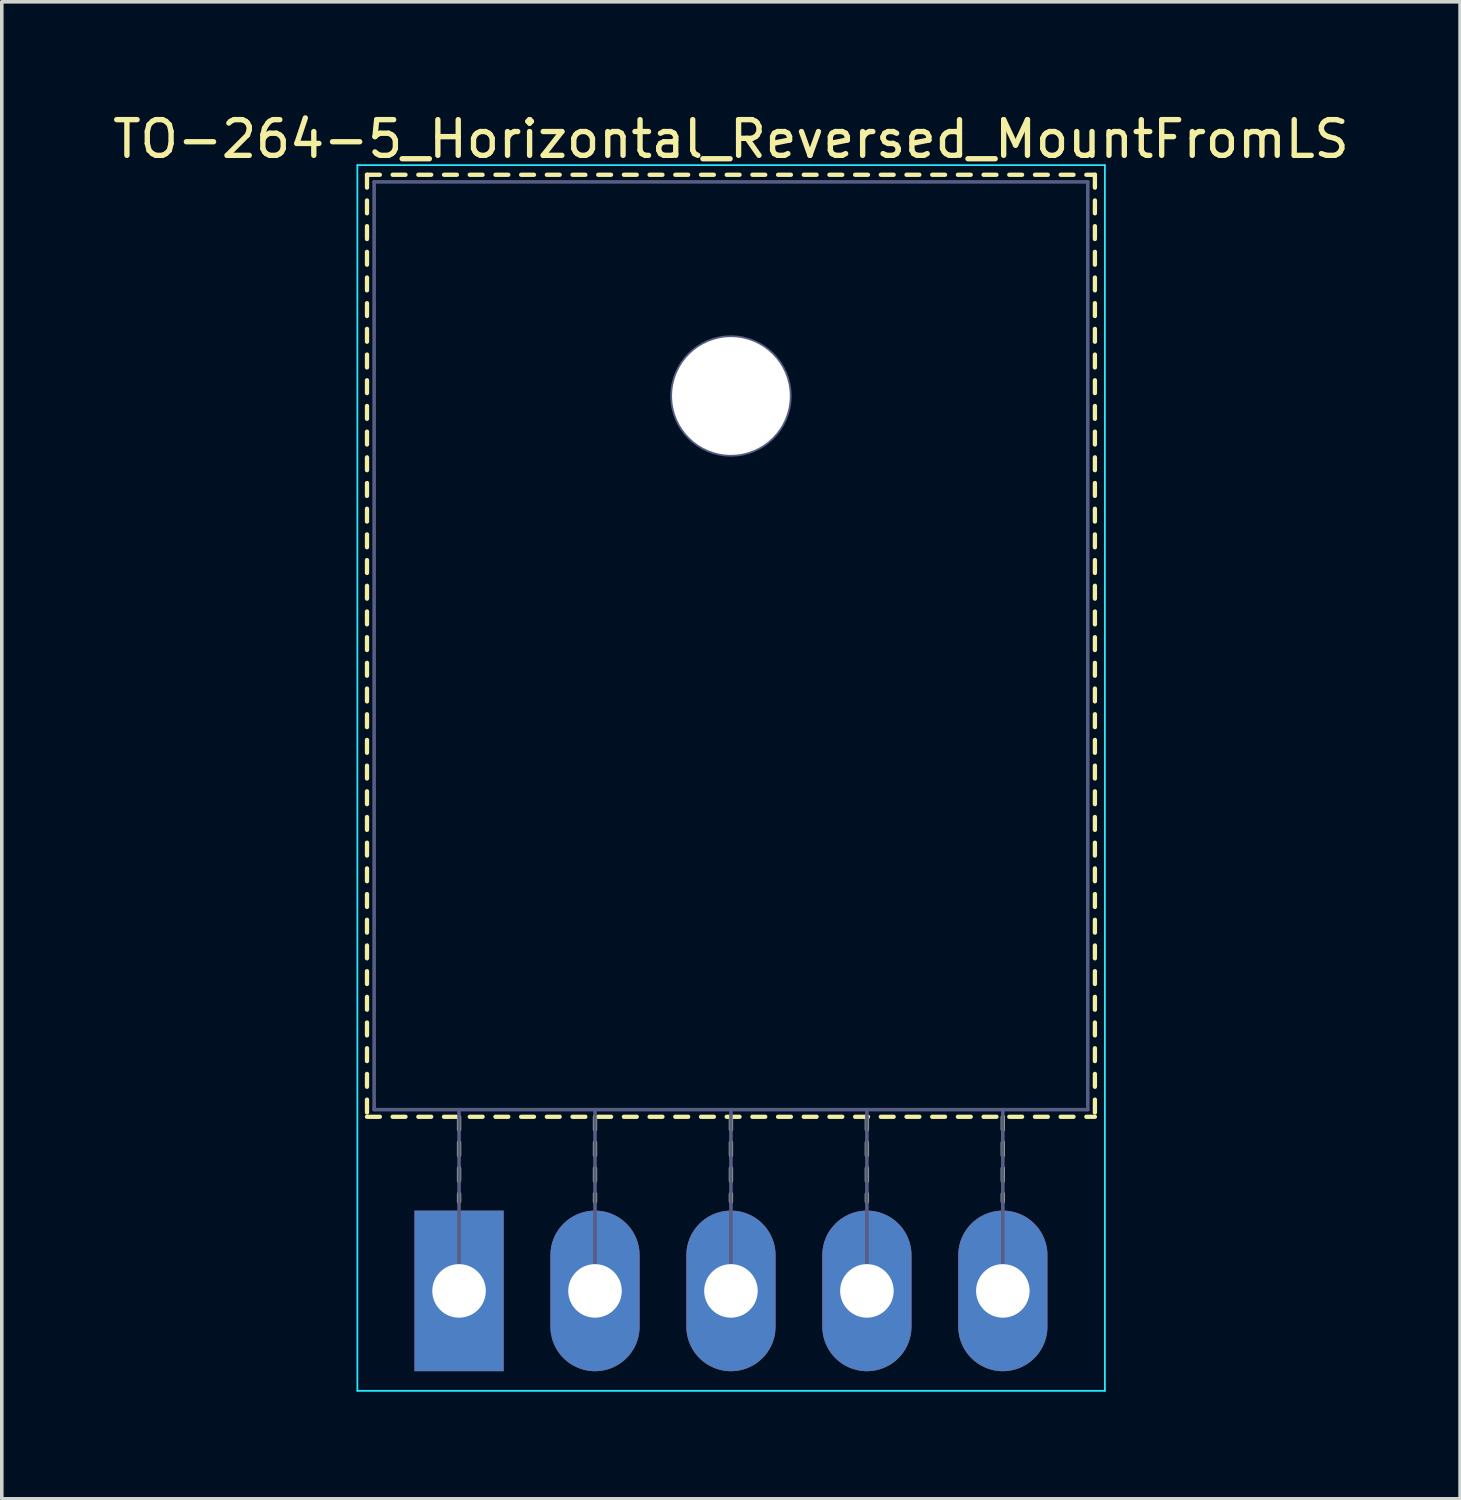
<source format=kicad_pcb>
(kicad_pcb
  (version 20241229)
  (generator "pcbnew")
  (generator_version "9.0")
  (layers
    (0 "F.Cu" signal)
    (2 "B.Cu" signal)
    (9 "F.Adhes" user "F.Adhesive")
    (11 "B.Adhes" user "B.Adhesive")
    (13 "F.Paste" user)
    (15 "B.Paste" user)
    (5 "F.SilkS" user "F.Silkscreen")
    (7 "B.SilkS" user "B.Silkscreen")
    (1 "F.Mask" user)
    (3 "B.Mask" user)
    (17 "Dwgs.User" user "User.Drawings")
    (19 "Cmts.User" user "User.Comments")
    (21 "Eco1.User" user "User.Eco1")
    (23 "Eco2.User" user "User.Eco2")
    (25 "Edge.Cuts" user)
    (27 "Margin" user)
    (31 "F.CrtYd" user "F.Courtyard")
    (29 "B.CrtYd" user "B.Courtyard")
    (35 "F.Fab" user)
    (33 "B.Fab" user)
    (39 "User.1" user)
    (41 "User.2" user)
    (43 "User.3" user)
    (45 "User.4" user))
  (footprint "TO-264-5_Horizontal_Reversed_MountFromLS"
    (layer "F.Cu")
    (at 9.815 33.128)
    (property "Reference" "TO-264-5_Horizontal_Reversed_MountFromLS" (at 7.62 -32.28 0) (layer "F.SilkS") (effects (font (size 1 1) (thickness 0.15))))
    (attr through_hole)
    (fp_line (start -2.58 -31.28) (end -2.58 -30.92) (stroke (width 0.12) (type solid)) (layer "F.SilkS"))
    (fp_line (start -2.58 -31.28) (end -2.22 -31.28) (stroke (width 0.12) (type solid)) (layer "F.SilkS"))
    (fp_line (start -2.58 -30.56) (end -2.58 -30.2) (stroke (width 0.12) (type solid)) (layer "F.SilkS"))
    (fp_line (start -2.58 -29.84) (end -2.58 -29.48) (stroke (width 0.12) (type solid)) (layer "F.SilkS"))
    (fp_line (start -2.58 -29.12) (end -2.58 -28.76) (stroke (width 0.12) (type solid)) (layer "F.SilkS"))
    (fp_line (start -2.58 -28.4) (end -2.58 -28.041) (stroke (width 0.12) (type solid)) (layer "F.SilkS"))
    (fp_line (start -2.58 -27.681) (end -2.58 -27.321) (stroke (width 0.12) (type solid)) (layer "F.SilkS"))
    (fp_line (start -2.58 -26.961) (end -2.58 -26.601) (stroke (width 0.12) (type solid)) (layer "F.SilkS"))
    (fp_line (start -2.58 -26.241) (end -2.58 -25.881) (stroke (width 0.12) (type solid)) (layer "F.SilkS"))
    (fp_line (start -2.58 -25.521) (end -2.58 -25.161) (stroke (width 0.12) (type solid)) (layer "F.SilkS"))
    (fp_line (start -2.58 -24.801) (end -2.58 -24.441) (stroke (width 0.12) (type solid)) (layer "F.SilkS"))
    (fp_line (start -2.58 -24.081) (end -2.58 -23.721) (stroke (width 0.12) (type solid)) (layer "F.SilkS"))
    (fp_line (start -2.58 -23.361) (end -2.58 -23.001) (stroke (width 0.12) (type solid)) (layer "F.SilkS"))
    (fp_line (start -2.58 -22.641) (end -2.58 -22.281) (stroke (width 0.12) (type solid)) (layer "F.SilkS"))
    (fp_line (start -2.58 -21.921) (end -2.58 -21.561) (stroke (width 0.12) (type solid)) (layer "F.SilkS"))
    (fp_line (start -2.58 -21.201) (end -2.58 -20.841) (stroke (width 0.12) (type solid)) (layer "F.SilkS"))
    (fp_line (start -2.58 -20.481) (end -2.58 -20.121) (stroke (width 0.12) (type solid)) (layer "F.SilkS"))
    (fp_line (start -2.58 -19.761) (end -2.58 -19.401) (stroke (width 0.12) (type solid)) (layer "F.SilkS"))
    (fp_line (start -2.58 -19.041) (end -2.58 -18.681) (stroke (width 0.12) (type solid)) (layer "F.SilkS"))
    (fp_line (start -2.58 -18.321) (end -2.58 -17.961) (stroke (width 0.12) (type solid)) (layer "F.SilkS"))
    (fp_line (start -2.58 -17.601) (end -2.58 -17.241) (stroke (width 0.12) (type solid)) (layer "F.SilkS"))
    (fp_line (start -2.58 -16.881) (end -2.58 -16.521) (stroke (width 0.12) (type solid)) (layer "F.SilkS"))
    (fp_line (start -2.58 -16.161) (end -2.58 -15.801) (stroke (width 0.12) (type solid)) (layer "F.SilkS"))
    (fp_line (start -2.58 -15.441) (end -2.58 -15.081) (stroke (width 0.12) (type solid)) (layer "F.SilkS"))
    (fp_line (start -2.58 -14.721) (end -2.58 -14.361) (stroke (width 0.12) (type solid)) (layer "F.SilkS"))
    (fp_line (start -2.58 -14.001) (end -2.58 -13.641) (stroke (width 0.12) (type solid)) (layer "F.SilkS"))
    (fp_line (start -2.58 -13.281) (end -2.58 -12.921) (stroke (width 0.12) (type solid)) (layer "F.SilkS"))
    (fp_line (start -2.58 -12.561) (end -2.58 -12.201) (stroke (width 0.12) (type solid)) (layer "F.SilkS"))
    (fp_line (start -2.58 -11.841) (end -2.58 -11.481) (stroke (width 0.12) (type solid)) (layer "F.SilkS"))
    (fp_line (start -2.58 -11.121) (end -2.58 -10.761) (stroke (width 0.12) (type solid)) (layer "F.SilkS"))
    (fp_line (start -2.58 -10.401) (end -2.58 -10.041) (stroke (width 0.12) (type solid)) (layer "F.SilkS"))
    (fp_line (start -2.58 -9.681) (end -2.58 -9.321) (stroke (width 0.12) (type solid)) (layer "F.SilkS"))
    (fp_line (start -2.58 -8.961) (end -2.58 -8.601) (stroke (width 0.12) (type solid)) (layer "F.SilkS"))
    (fp_line (start -2.58 -8.241) (end -2.58 -7.881) (stroke (width 0.12) (type solid)) (layer "F.SilkS"))
    (fp_line (start -2.58 -7.521) (end -2.58 -7.161) (stroke (width 0.12) (type solid)) (layer "F.SilkS"))
    (fp_line (start -2.58 -6.801) (end -2.58 -6.441) (stroke (width 0.12) (type solid)) (layer "F.SilkS"))
    (fp_line (start -2.58 -6.081) (end -2.58 -5.721) (stroke (width 0.12) (type solid)) (layer "F.SilkS"))
    (fp_line (start -2.58 -5.361) (end -2.58 -5.001) (stroke (width 0.12) (type solid)) (layer "F.SilkS"))
    (fp_line (start -2.58 -4.88) (end -2.22 -4.88) (stroke (width 0.12) (type solid)) (layer "F.SilkS"))
    (fp_line (start -1.861 -31.28) (end -1.501 -31.28) (stroke (width 0.12) (type solid)) (layer "F.SilkS"))
    (fp_line (start -1.861 -4.88) (end -1.501 -4.88) (stroke (width 0.12) (type solid)) (layer "F.SilkS"))
    (fp_line (start -1.141 -31.28) (end -0.781 -31.28) (stroke (width 0.12) (type solid)) (layer "F.SilkS"))
    (fp_line (start -1.141 -4.88) (end -0.781 -4.88) (stroke (width 0.12) (type solid)) (layer "F.SilkS"))
    (fp_line (start -0.421 -31.28) (end -0.061 -31.28) (stroke (width 0.12) (type solid)) (layer "F.SilkS"))
    (fp_line (start -0.421 -4.88) (end -0.061 -4.88) (stroke (width 0.12) (type solid)) (layer "F.SilkS"))
    (fp_line (start 0 -4.88) (end 0 -4.52) (stroke (width 0.12) (type solid)) (layer "F.SilkS"))
    (fp_line (start 0 -4.16) (end 0 -3.8) (stroke (width 0.12) (type solid)) (layer "F.SilkS"))
    (fp_line (start 0 -3.44) (end 0 -3.08) (stroke (width 0.12) (type solid)) (layer "F.SilkS"))
    (fp_line (start 0 -2.72) (end 0 -2.5) (stroke (width 0.12) (type solid)) (layer "F.SilkS"))
    (fp_line (start 0.3 -31.28) (end 0.66 -31.28) (stroke (width 0.12) (type solid)) (layer "F.SilkS"))
    (fp_line (start 0.3 -4.88) (end 0.66 -4.88) (stroke (width 0.12) (type solid)) (layer "F.SilkS"))
    (fp_line (start 1.02 -31.28) (end 1.38 -31.28) (stroke (width 0.12) (type solid)) (layer "F.SilkS"))
    (fp_line (start 1.02 -4.88) (end 1.38 -4.88) (stroke (width 0.12) (type solid)) (layer "F.SilkS"))
    (fp_line (start 1.74 -31.28) (end 2.1 -31.28) (stroke (width 0.12) (type solid)) (layer "F.SilkS"))
    (fp_line (start 1.74 -4.88) (end 2.1 -4.88) (stroke (width 0.12) (type solid)) (layer "F.SilkS"))
    (fp_line (start 2.46 -31.28) (end 2.82 -31.28) (stroke (width 0.12) (type solid)) (layer "F.SilkS"))
    (fp_line (start 2.46 -4.88) (end 2.82 -4.88) (stroke (width 0.12) (type solid)) (layer "F.SilkS"))
    (fp_line (start 3.18 -31.28) (end 3.54 -31.28) (stroke (width 0.12) (type solid)) (layer "F.SilkS"))
    (fp_line (start 3.18 -4.88) (end 3.54 -4.88) (stroke (width 0.12) (type solid)) (layer "F.SilkS"))
    (fp_line (start 3.81 -4.88) (end 3.81 -4.52) (stroke (width 0.12) (type solid)) (layer "F.SilkS"))
    (fp_line (start 3.81 -4.16) (end 3.81 -3.8) (stroke (width 0.12) (type solid)) (layer "F.SilkS"))
    (fp_line (start 3.81 -3.44) (end 3.81 -3.08) (stroke (width 0.12) (type solid)) (layer "F.SilkS"))
    (fp_line (start 3.81 -2.72) (end 3.81 -2.5) (stroke (width 0.12) (type solid)) (layer "F.SilkS"))
    (fp_line (start 3.9 -31.28) (end 4.26 -31.28) (stroke (width 0.12) (type solid)) (layer "F.SilkS"))
    (fp_line (start 3.9 -4.88) (end 4.26 -4.88) (stroke (width 0.12) (type solid)) (layer "F.SilkS"))
    (fp_line (start 4.62 -31.28) (end 4.98 -31.28) (stroke (width 0.12) (type solid)) (layer "F.SilkS"))
    (fp_line (start 4.62 -4.88) (end 4.98 -4.88) (stroke (width 0.12) (type solid)) (layer "F.SilkS"))
    (fp_line (start 5.34 -31.28) (end 5.7 -31.28) (stroke (width 0.12) (type solid)) (layer "F.SilkS"))
    (fp_line (start 5.34 -4.88) (end 5.7 -4.88) (stroke (width 0.12) (type solid)) (layer "F.SilkS"))
    (fp_line (start 6.06 -31.28) (end 6.421 -31.28) (stroke (width 0.12) (type solid)) (layer "F.SilkS"))
    (fp_line (start 6.06 -4.88) (end 6.421 -4.88) (stroke (width 0.12) (type solid)) (layer "F.SilkS"))
    (fp_line (start 6.781 -31.28) (end 7.141 -31.28) (stroke (width 0.12) (type solid)) (layer "F.SilkS"))
    (fp_line (start 6.781 -4.88) (end 7.141 -4.88) (stroke (width 0.12) (type solid)) (layer "F.SilkS"))
    (fp_line (start 7.501 -31.28) (end 7.861 -31.28) (stroke (width 0.12) (type solid)) (layer "F.SilkS"))
    (fp_line (start 7.501 -4.88) (end 7.861 -4.88) (stroke (width 0.12) (type solid)) (layer "F.SilkS"))
    (fp_line (start 7.62 -4.88) (end 7.62 -4.52) (stroke (width 0.12) (type solid)) (layer "F.SilkS"))
    (fp_line (start 7.62 -4.16) (end 7.62 -3.8) (stroke (width 0.12) (type solid)) (layer "F.SilkS"))
    (fp_line (start 7.62 -3.44) (end 7.62 -3.08) (stroke (width 0.12) (type solid)) (layer "F.SilkS"))
    (fp_line (start 7.62 -2.72) (end 7.62 -2.5) (stroke (width 0.12) (type solid)) (layer "F.SilkS"))
    (fp_line (start 8.221 -31.28) (end 8.581 -31.28) (stroke (width 0.12) (type solid)) (layer "F.SilkS"))
    (fp_line (start 8.221 -4.88) (end 8.581 -4.88) (stroke (width 0.12) (type solid)) (layer "F.SilkS"))
    (fp_line (start 8.941 -31.28) (end 9.3 -31.28) (stroke (width 0.12) (type solid)) (layer "F.SilkS"))
    (fp_line (start 8.941 -4.88) (end 9.3 -4.88) (stroke (width 0.12) (type solid)) (layer "F.SilkS"))
    (fp_line (start 9.66 -31.28) (end 10.02 -31.28) (stroke (width 0.12) (type solid)) (layer "F.SilkS"))
    (fp_line (start 9.66 -4.88) (end 10.02 -4.88) (stroke (width 0.12) (type solid)) (layer "F.SilkS"))
    (fp_line (start 10.38 -31.28) (end 10.74 -31.28) (stroke (width 0.12) (type solid)) (layer "F.SilkS"))
    (fp_line (start 10.38 -4.88) (end 10.74 -4.88) (stroke (width 0.12) (type solid)) (layer "F.SilkS"))
    (fp_line (start 11.1 -31.28) (end 11.46 -31.28) (stroke (width 0.12) (type solid)) (layer "F.SilkS"))
    (fp_line (start 11.1 -4.88) (end 11.46 -4.88) (stroke (width 0.12) (type solid)) (layer "F.SilkS"))
    (fp_line (start 11.43 -4.88) (end 11.43 -4.52) (stroke (width 0.12) (type solid)) (layer "F.SilkS"))
    (fp_line (start 11.43 -4.16) (end 11.43 -3.8) (stroke (width 0.12) (type solid)) (layer "F.SilkS"))
    (fp_line (start 11.43 -3.44) (end 11.43 -3.08) (stroke (width 0.12) (type solid)) (layer "F.SilkS"))
    (fp_line (start 11.43 -2.72) (end 11.43 -2.5) (stroke (width 0.12) (type solid)) (layer "F.SilkS"))
    (fp_line (start 11.82 -31.28) (end 12.18 -31.28) (stroke (width 0.12) (type solid)) (layer "F.SilkS"))
    (fp_line (start 11.82 -4.88) (end 12.18 -4.88) (stroke (width 0.12) (type solid)) (layer "F.SilkS"))
    (fp_line (start 12.54 -31.28) (end 12.9 -31.28) (stroke (width 0.12) (type solid)) (layer "F.SilkS"))
    (fp_line (start 12.54 -4.88) (end 12.9 -4.88) (stroke (width 0.12) (type solid)) (layer "F.SilkS"))
    (fp_line (start 13.26 -31.28) (end 13.62 -31.28) (stroke (width 0.12) (type solid)) (layer "F.SilkS"))
    (fp_line (start 13.26 -4.88) (end 13.62 -4.88) (stroke (width 0.12) (type solid)) (layer "F.SilkS"))
    (fp_line (start 13.98 -31.28) (end 14.34 -31.28) (stroke (width 0.12) (type solid)) (layer "F.SilkS"))
    (fp_line (start 13.98 -4.88) (end 14.34 -4.88) (stroke (width 0.12) (type solid)) (layer "F.SilkS"))
    (fp_line (start 14.7 -31.28) (end 15.06 -31.28) (stroke (width 0.12) (type solid)) (layer "F.SilkS"))
    (fp_line (start 14.7 -4.88) (end 15.06 -4.88) (stroke (width 0.12) (type solid)) (layer "F.SilkS"))
    (fp_line (start 15.24 -4.88) (end 15.24 -4.52) (stroke (width 0.12) (type solid)) (layer "F.SilkS"))
    (fp_line (start 15.24 -4.16) (end 15.24 -3.8) (stroke (width 0.12) (type solid)) (layer "F.SilkS"))
    (fp_line (start 15.24 -3.44) (end 15.24 -3.08) (stroke (width 0.12) (type solid)) (layer "F.SilkS"))
    (fp_line (start 15.24 -2.72) (end 15.24 -2.5) (stroke (width 0.12) (type solid)) (layer "F.SilkS"))
    (fp_line (start 15.42 -31.28) (end 15.78 -31.28) (stroke (width 0.12) (type solid)) (layer "F.SilkS"))
    (fp_line (start 15.42 -4.88) (end 15.78 -4.88) (stroke (width 0.12) (type solid)) (layer "F.SilkS"))
    (fp_line (start 16.14 -31.28) (end 16.5 -31.28) (stroke (width 0.12) (type solid)) (layer "F.SilkS"))
    (fp_line (start 16.14 -4.88) (end 16.5 -4.88) (stroke (width 0.12) (type solid)) (layer "F.SilkS"))
    (fp_line (start 16.86 -31.28) (end 17.22 -31.28) (stroke (width 0.12) (type solid)) (layer "F.SilkS"))
    (fp_line (start 16.86 -4.88) (end 17.22 -4.88) (stroke (width 0.12) (type solid)) (layer "F.SilkS"))
    (fp_line (start 17.58 -31.28) (end 17.82 -31.28) (stroke (width 0.12) (type solid)) (layer "F.SilkS"))
    (fp_line (start 17.58 -4.88) (end 17.82 -4.88) (stroke (width 0.12) (type solid)) (layer "F.SilkS"))
    (fp_line (start 17.82 -31.28) (end 17.82 -30.92) (stroke (width 0.12) (type solid)) (layer "F.SilkS"))
    (fp_line (start 17.82 -30.56) (end 17.82 -30.2) (stroke (width 0.12) (type solid)) (layer "F.SilkS"))
    (fp_line (start 17.82 -29.84) (end 17.82 -29.48) (stroke (width 0.12) (type solid)) (layer "F.SilkS"))
    (fp_line (start 17.82 -29.12) (end 17.82 -28.76) (stroke (width 0.12) (type solid)) (layer "F.SilkS"))
    (fp_line (start 17.82 -28.4) (end 17.82 -28.041) (stroke (width 0.12) (type solid)) (layer "F.SilkS"))
    (fp_line (start 17.82 -27.681) (end 17.82 -27.321) (stroke (width 0.12) (type solid)) (layer "F.SilkS"))
    (fp_line (start 17.82 -26.961) (end 17.82 -26.601) (stroke (width 0.12) (type solid)) (layer "F.SilkS"))
    (fp_line (start 17.82 -26.241) (end 17.82 -25.881) (stroke (width 0.12) (type solid)) (layer "F.SilkS"))
    (fp_line (start 17.82 -25.521) (end 17.82 -25.161) (stroke (width 0.12) (type solid)) (layer "F.SilkS"))
    (fp_line (start 17.82 -24.801) (end 17.82 -24.441) (stroke (width 0.12) (type solid)) (layer "F.SilkS"))
    (fp_line (start 17.82 -24.081) (end 17.82 -23.721) (stroke (width 0.12) (type solid)) (layer "F.SilkS"))
    (fp_line (start 17.82 -23.361) (end 17.82 -23.001) (stroke (width 0.12) (type solid)) (layer "F.SilkS"))
    (fp_line (start 17.82 -22.641) (end 17.82 -22.281) (stroke (width 0.12) (type solid)) (layer "F.SilkS"))
    (fp_line (start 17.82 -21.921) (end 17.82 -21.561) (stroke (width 0.12) (type solid)) (layer "F.SilkS"))
    (fp_line (start 17.82 -21.201) (end 17.82 -20.841) (stroke (width 0.12) (type solid)) (layer "F.SilkS"))
    (fp_line (start 17.82 -20.481) (end 17.82 -20.121) (stroke (width 0.12) (type solid)) (layer "F.SilkS"))
    (fp_line (start 17.82 -19.761) (end 17.82 -19.401) (stroke (width 0.12) (type solid)) (layer "F.SilkS"))
    (fp_line (start 17.82 -19.041) (end 17.82 -18.681) (stroke (width 0.12) (type solid)) (layer "F.SilkS"))
    (fp_line (start 17.82 -18.321) (end 17.82 -17.961) (stroke (width 0.12) (type solid)) (layer "F.SilkS"))
    (fp_line (start 17.82 -17.601) (end 17.82 -17.241) (stroke (width 0.12) (type solid)) (layer "F.SilkS"))
    (fp_line (start 17.82 -16.881) (end 17.82 -16.521) (stroke (width 0.12) (type solid)) (layer "F.SilkS"))
    (fp_line (start 17.82 -16.161) (end 17.82 -15.801) (stroke (width 0.12) (type solid)) (layer "F.SilkS"))
    (fp_line (start 17.82 -15.441) (end 17.82 -15.081) (stroke (width 0.12) (type solid)) (layer "F.SilkS"))
    (fp_line (start 17.82 -14.721) (end 17.82 -14.361) (stroke (width 0.12) (type solid)) (layer "F.SilkS"))
    (fp_line (start 17.82 -14.001) (end 17.82 -13.641) (stroke (width 0.12) (type solid)) (layer "F.SilkS"))
    (fp_line (start 17.82 -13.281) (end 17.82 -12.921) (stroke (width 0.12) (type solid)) (layer "F.SilkS"))
    (fp_line (start 17.82 -12.561) (end 17.82 -12.201) (stroke (width 0.12) (type solid)) (layer "F.SilkS"))
    (fp_line (start 17.82 -11.841) (end 17.82 -11.481) (stroke (width 0.12) (type solid)) (layer "F.SilkS"))
    (fp_line (start 17.82 -11.121) (end 17.82 -10.761) (stroke (width 0.12) (type solid)) (layer "F.SilkS"))
    (fp_line (start 17.82 -10.401) (end 17.82 -10.041) (stroke (width 0.12) (type solid)) (layer "F.SilkS"))
    (fp_line (start 17.82 -9.681) (end 17.82 -9.321) (stroke (width 0.12) (type solid)) (layer "F.SilkS"))
    (fp_line (start 17.82 -8.961) (end 17.82 -8.601) (stroke (width 0.12) (type solid)) (layer "F.SilkS"))
    (fp_line (start 17.82 -8.241) (end 17.82 -7.881) (stroke (width 0.12) (type solid)) (layer "F.SilkS"))
    (fp_line (start 17.82 -7.521) (end 17.82 -7.161) (stroke (width 0.12) (type solid)) (layer "F.SilkS"))
    (fp_line (start 17.82 -6.801) (end 17.82 -6.441) (stroke (width 0.12) (type solid)) (layer "F.SilkS"))
    (fp_line (start 17.82 -6.081) (end 17.82 -5.721) (stroke (width 0.12) (type solid)) (layer "F.SilkS"))
    (fp_line (start 17.82 -5.361) (end 17.82 -5.001) (stroke (width 0.12) (type solid)) (layer "F.SilkS"))
    (fp_line (start -2.85 -31.55) (end -2.85 2.8) (stroke (width 0.05) (type solid)) (layer "B.CrtYd"))
    (fp_line (start -2.85 2.8) (end 18.1 2.8) (stroke (width 0.05) (type solid)) (layer "B.CrtYd"))
    (fp_line (start 18.1 -31.55) (end -2.85 -31.55) (stroke (width 0.05) (type solid)) (layer "B.CrtYd"))
    (fp_line (start 18.1 2.8) (end 18.1 -31.55) (stroke (width 0.05) (type solid)) (layer "B.CrtYd"))
    (fp_line (start -2.38 -31.08) (end 17.62 -31.08) (stroke (width 0.1) (type solid)) (layer "B.Fab"))
    (fp_line (start -2.38 -5.08) (end -2.38 -31.08) (stroke (width 0.1) (type solid)) (layer "B.Fab"))
    (fp_line (start 0 -5.08) (end 0 0) (stroke (width 0.1) (type solid)) (layer "B.Fab"))
    (fp_line (start 3.81 -5.08) (end 3.81 0) (stroke (width 0.1) (type solid)) (layer "B.Fab"))
    (fp_line (start 7.62 -5.08) (end 7.62 0) (stroke (width 0.1) (type solid)) (layer "B.Fab"))
    (fp_line (start 11.43 -5.08) (end 11.43 0) (stroke (width 0.1) (type solid)) (layer "B.Fab"))
    (fp_line (start 15.24 -5.08) (end 15.24 0) (stroke (width 0.1) (type solid)) (layer "B.Fab"))
    (fp_line (start 17.62 -31.08) (end 17.62 -5.08) (stroke (width 0.1) (type solid)) (layer "B.Fab"))
    (fp_line (start 17.62 -5.08) (end -2.38 -5.08) (stroke (width 0.1) (type solid)) (layer "B.Fab"))
    (fp_circle (center 7.62 -25.08) (end 9.27 -25.08) (stroke (width 0.1) (type solid)) (fill no) (layer "B.Fab"))
    (pad "" np_thru_hole oval (at 7.62 -25.08) (size 3.3 3.3) (drill 3.3) (layers "*.Cu" "*.Mask"))
    (pad "1" thru_hole rect (at 0 0) (size 2.5 4.5) (drill 1.5) (layers "*.Cu" "*.Mask"))
    (pad "2" thru_hole oval (at 3.81 0) (size 2.5 4.5) (drill 1.5) (layers "*.Cu" "*.Mask"))
    (pad "3" thru_hole oval (at 7.62 0) (size 2.5 4.5) (drill 1.5) (layers "*.Cu" "*.Mask"))
    (pad "4" thru_hole oval (at 11.43 0) (size 2.5 4.5) (drill 1.5) (layers "*.Cu" "*.Mask"))
    (pad "5" thru_hole oval (at 15.24 0) (size 2.5 4.5) (drill 1.5) (layers "*.Cu" "*.Mask")))
  (gr_rect
    (start -3 -3)
    (end 37.869 38.953)
    (stroke (width 0.1) (type default))
    (fill no)
    (layer "Edge.Cuts")))
</source>
